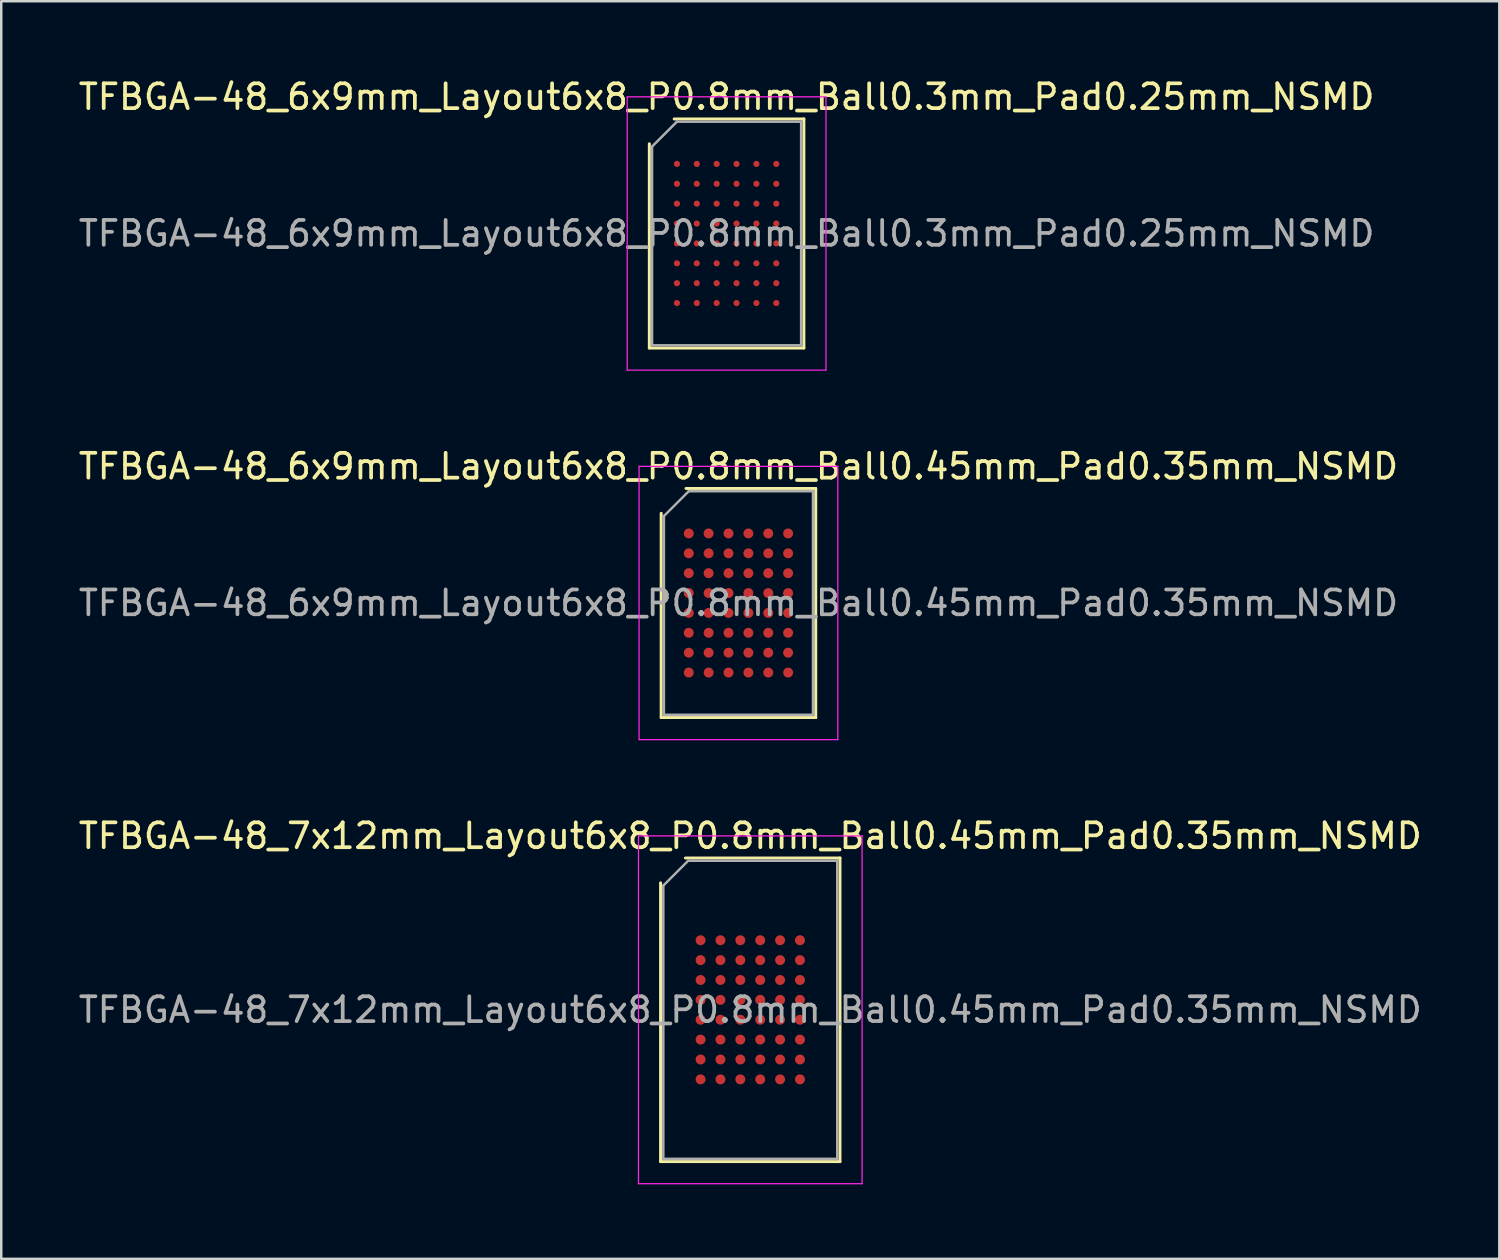
<source format=kicad_pcb>
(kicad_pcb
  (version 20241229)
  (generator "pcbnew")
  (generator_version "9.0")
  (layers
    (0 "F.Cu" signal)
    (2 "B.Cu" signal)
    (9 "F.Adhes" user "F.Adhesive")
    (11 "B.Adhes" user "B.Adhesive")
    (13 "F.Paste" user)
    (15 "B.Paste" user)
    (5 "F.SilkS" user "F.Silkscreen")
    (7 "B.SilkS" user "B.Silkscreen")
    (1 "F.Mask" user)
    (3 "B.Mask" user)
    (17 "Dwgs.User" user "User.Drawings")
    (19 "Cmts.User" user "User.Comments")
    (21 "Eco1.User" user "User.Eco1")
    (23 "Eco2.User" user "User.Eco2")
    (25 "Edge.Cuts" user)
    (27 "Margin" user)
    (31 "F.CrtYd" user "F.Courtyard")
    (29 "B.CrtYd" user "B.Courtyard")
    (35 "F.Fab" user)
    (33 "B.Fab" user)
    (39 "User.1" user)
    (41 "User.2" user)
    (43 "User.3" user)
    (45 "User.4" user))
  (footprint "TFBGA-48_6x9mm_Layout6x8_P0.8mm_Ball0.3mm_Pad0.25mm_NSMD"
    (layer "F.Cu")
    (at 26.196 6.348)
    (property "Reference" "TFBGA-48_6x9mm_Layout6x8_P0.8mm_Ball0.3mm_Pad0.25mm_NSMD" (at 0 -5.5 0) (layer "F.SilkS") (effects (font (size 1 1) (thickness 0.15))))
    (attr smd)
    (fp_line (start -3.11 4.61) (end -3.11 -3.61) (stroke (width 0.12) (type solid)) (layer "F.SilkS"))
    (fp_line (start -2.11 -4.61) (end 3.11 -4.61) (stroke (width 0.12) (type solid)) (layer "F.SilkS"))
    (fp_line (start 3.11 -4.61) (end 3.11 4.61) (stroke (width 0.12) (type solid)) (layer "F.SilkS"))
    (fp_line (start 3.11 4.61) (end -3.11 4.61) (stroke (width 0.12) (type solid)) (layer "F.SilkS"))
    (fp_line (start -4 -5.5) (end -4 5.5) (stroke (width 0.05) (type solid)) (layer "F.CrtYd"))
    (fp_line (start -4 5.5) (end 4 5.5) (stroke (width 0.05) (type solid)) (layer "F.CrtYd"))
    (fp_line (start 4 -5.5) (end -4 -5.5) (stroke (width 0.05) (type solid)) (layer "F.CrtYd"))
    (fp_line (start 4 5.5) (end 4 -5.5) (stroke (width 0.05) (type solid)) (layer "F.CrtYd"))
    (fp_line (start -3 -3.5) (end -2 -4.5) (stroke (width 0.1) (type solid)) (layer "F.Fab"))
    (fp_line (start -3 4.5) (end -3 -3.5) (stroke (width 0.1) (type solid)) (layer "F.Fab"))
    (fp_line (start -2 -4.5) (end 3 -4.5) (stroke (width 0.1) (type solid)) (layer "F.Fab"))
    (fp_line (start 3 -4.5) (end 3 4.5) (stroke (width 0.1) (type solid)) (layer "F.Fab"))
    (fp_line (start 3 4.5) (end -3 4.5) (stroke (width 0.1) (type solid)) (layer "F.Fab"))
    (fp_text user "${REFERENCE}" (at 0 0 0) (layer "F.Fab") (effects (font (size 1 1) (thickness 0.15))))
    (pad "A1" smd circle (at -2 -2.8) (size 0.25 0.25) (layers "F.Cu" "F.Mask" "F.Paste"))
    (pad "A2" smd circle (at -1.2 -2.8) (size 0.25 0.25) (layers "F.Cu" "F.Mask" "F.Paste"))
    (pad "A3" smd circle (at -0.4 -2.8) (size 0.25 0.25) (layers "F.Cu" "F.Mask" "F.Paste"))
    (pad "A4" smd circle (at 0.4 -2.8) (size 0.25 0.25) (layers "F.Cu" "F.Mask" "F.Paste"))
    (pad "A5" smd circle (at 1.2 -2.8) (size 0.25 0.25) (layers "F.Cu" "F.Mask" "F.Paste"))
    (pad "A6" smd circle (at 2 -2.8) (size 0.25 0.25) (layers "F.Cu" "F.Mask" "F.Paste"))
    (pad "B1" smd circle (at -2 -2) (size 0.25 0.25) (layers "F.Cu" "F.Mask" "F.Paste"))
    (pad "B2" smd circle (at -1.2 -2) (size 0.25 0.25) (layers "F.Cu" "F.Mask" "F.Paste"))
    (pad "B3" smd circle (at -0.4 -2) (size 0.25 0.25) (layers "F.Cu" "F.Mask" "F.Paste"))
    (pad "B4" smd circle (at 0.4 -2) (size 0.25 0.25) (layers "F.Cu" "F.Mask" "F.Paste"))
    (pad "B5" smd circle (at 1.2 -2) (size 0.25 0.25) (layers "F.Cu" "F.Mask" "F.Paste"))
    (pad "B6" smd circle (at 2 -2) (size 0.25 0.25) (layers "F.Cu" "F.Mask" "F.Paste"))
    (pad "C1" smd circle (at -2 -1.2) (size 0.25 0.25) (layers "F.Cu" "F.Mask" "F.Paste"))
    (pad "C2" smd circle (at -1.2 -1.2) (size 0.25 0.25) (layers "F.Cu" "F.Mask" "F.Paste"))
    (pad "C3" smd circle (at -0.4 -1.2) (size 0.25 0.25) (layers "F.Cu" "F.Mask" "F.Paste"))
    (pad "C4" smd circle (at 0.4 -1.2) (size 0.25 0.25) (layers "F.Cu" "F.Mask" "F.Paste"))
    (pad "C5" smd circle (at 1.2 -1.2) (size 0.25 0.25) (layers "F.Cu" "F.Mask" "F.Paste"))
    (pad "C6" smd circle (at 2 -1.2) (size 0.25 0.25) (layers "F.Cu" "F.Mask" "F.Paste"))
    (pad "D1" smd circle (at -2 -0.4) (size 0.25 0.25) (layers "F.Cu" "F.Mask" "F.Paste"))
    (pad "D2" smd circle (at -1.2 -0.4) (size 0.25 0.25) (layers "F.Cu" "F.Mask" "F.Paste"))
    (pad "D3" smd circle (at -0.4 -0.4) (size 0.25 0.25) (layers "F.Cu" "F.Mask" "F.Paste"))
    (pad "D4" smd circle (at 0.4 -0.4) (size 0.25 0.25) (layers "F.Cu" "F.Mask" "F.Paste"))
    (pad "D5" smd circle (at 1.2 -0.4) (size 0.25 0.25) (layers "F.Cu" "F.Mask" "F.Paste"))
    (pad "D6" smd circle (at 2 -0.4) (size 0.25 0.25) (layers "F.Cu" "F.Mask" "F.Paste"))
    (pad "E1" smd circle (at -2 0.4) (size 0.25 0.25) (layers "F.Cu" "F.Mask" "F.Paste"))
    (pad "E2" smd circle (at -1.2 0.4) (size 0.25 0.25) (layers "F.Cu" "F.Mask" "F.Paste"))
    (pad "E3" smd circle (at -0.4 0.4) (size 0.25 0.25) (layers "F.Cu" "F.Mask" "F.Paste"))
    (pad "E4" smd circle (at 0.4 0.4) (size 0.25 0.25) (layers "F.Cu" "F.Mask" "F.Paste"))
    (pad "E5" smd circle (at 1.2 0.4) (size 0.25 0.25) (layers "F.Cu" "F.Mask" "F.Paste"))
    (pad "E6" smd circle (at 2 0.4) (size 0.25 0.25) (layers "F.Cu" "F.Mask" "F.Paste"))
    (pad "F1" smd circle (at -2 1.2) (size 0.25 0.25) (layers "F.Cu" "F.Mask" "F.Paste"))
    (pad "F2" smd circle (at -1.2 1.2) (size 0.25 0.25) (layers "F.Cu" "F.Mask" "F.Paste"))
    (pad "F3" smd circle (at -0.4 1.2) (size 0.25 0.25) (layers "F.Cu" "F.Mask" "F.Paste"))
    (pad "F4" smd circle (at 0.4 1.2) (size 0.25 0.25) (layers "F.Cu" "F.Mask" "F.Paste"))
    (pad "F5" smd circle (at 1.2 1.2) (size 0.25 0.25) (layers "F.Cu" "F.Mask" "F.Paste"))
    (pad "F6" smd circle (at 2 1.2) (size 0.25 0.25) (layers "F.Cu" "F.Mask" "F.Paste"))
    (pad "G1" smd circle (at -2 2) (size 0.25 0.25) (layers "F.Cu" "F.Mask" "F.Paste"))
    (pad "G2" smd circle (at -1.2 2) (size 0.25 0.25) (layers "F.Cu" "F.Mask" "F.Paste"))
    (pad "G3" smd circle (at -0.4 2) (size 0.25 0.25) (layers "F.Cu" "F.Mask" "F.Paste"))
    (pad "G4" smd circle (at 0.4 2) (size 0.25 0.25) (layers "F.Cu" "F.Mask" "F.Paste"))
    (pad "G5" smd circle (at 1.2 2) (size 0.25 0.25) (layers "F.Cu" "F.Mask" "F.Paste"))
    (pad "G6" smd circle (at 2 2) (size 0.25 0.25) (layers "F.Cu" "F.Mask" "F.Paste"))
    (pad "H1" smd circle (at -2 2.8) (size 0.25 0.25) (layers "F.Cu" "F.Mask" "F.Paste"))
    (pad "H2" smd circle (at -1.2 2.8) (size 0.25 0.25) (layers "F.Cu" "F.Mask" "F.Paste"))
    (pad "H3" smd circle (at -0.4 2.8) (size 0.25 0.25) (layers "F.Cu" "F.Mask" "F.Paste"))
    (pad "H4" smd circle (at 0.4 2.8) (size 0.25 0.25) (layers "F.Cu" "F.Mask" "F.Paste"))
    (pad "H5" smd circle (at 1.2 2.8) (size 0.25 0.25) (layers "F.Cu" "F.Mask" "F.Paste"))
    (pad "H6" smd circle (at 2 2.8) (size 0.25 0.25) (layers "F.Cu" "F.Mask" "F.Paste")))
  (footprint "TFBGA-48_6x9mm_Layout6x8_P0.8mm_Ball0.45mm_Pad0.35mm_NSMD"
    (layer "F.Cu")
    (at 26.673 21.221)
    (property "Reference" "TFBGA-48_6x9mm_Layout6x8_P0.8mm_Ball0.45mm_Pad0.35mm_NSMD" (at 0 -5.5 0) (layer "F.SilkS") (effects (font (size 1 1) (thickness 0.15))))
    (attr smd)
    (fp_line (start -3.11 4.61) (end -3.11 -3.61) (stroke (width 0.12) (type solid)) (layer "F.SilkS"))
    (fp_line (start -2.11 -4.61) (end 3.11 -4.61) (stroke (width 0.12) (type solid)) (layer "F.SilkS"))
    (fp_line (start 3.11 -4.61) (end 3.11 4.61) (stroke (width 0.12) (type solid)) (layer "F.SilkS"))
    (fp_line (start 3.11 4.61) (end -3.11 4.61) (stroke (width 0.12) (type solid)) (layer "F.SilkS"))
    (fp_line (start -4 -5.5) (end -4 5.5) (stroke (width 0.05) (type solid)) (layer "F.CrtYd"))
    (fp_line (start -4 5.5) (end 4 5.5) (stroke (width 0.05) (type solid)) (layer "F.CrtYd"))
    (fp_line (start 4 -5.5) (end -4 -5.5) (stroke (width 0.05) (type solid)) (layer "F.CrtYd"))
    (fp_line (start 4 5.5) (end 4 -5.5) (stroke (width 0.05) (type solid)) (layer "F.CrtYd"))
    (fp_line (start -3 -3.5) (end -2 -4.5) (stroke (width 0.1) (type solid)) (layer "F.Fab"))
    (fp_line (start -3 4.5) (end -3 -3.5) (stroke (width 0.1) (type solid)) (layer "F.Fab"))
    (fp_line (start -2 -4.5) (end 3 -4.5) (stroke (width 0.1) (type solid)) (layer "F.Fab"))
    (fp_line (start 3 -4.5) (end 3 4.5) (stroke (width 0.1) (type solid)) (layer "F.Fab"))
    (fp_line (start 3 4.5) (end -3 4.5) (stroke (width 0.1) (type solid)) (layer "F.Fab"))
    (fp_text user "${REFERENCE}" (at 0 0 0) (layer "F.Fab") (effects (font (size 1 1) (thickness 0.15))))
    (pad "A1" smd circle (at -2 -2.8) (size 0.4 0.4) (layers "F.Cu" "F.Mask" "F.Paste"))
    (pad "A2" smd circle (at -1.2 -2.8) (size 0.4 0.4) (layers "F.Cu" "F.Mask" "F.Paste"))
    (pad "A3" smd circle (at -0.4 -2.8) (size 0.4 0.4) (layers "F.Cu" "F.Mask" "F.Paste"))
    (pad "A4" smd circle (at 0.4 -2.8) (size 0.4 0.4) (layers "F.Cu" "F.Mask" "F.Paste"))
    (pad "A5" smd circle (at 1.2 -2.8) (size 0.4 0.4) (layers "F.Cu" "F.Mask" "F.Paste"))
    (pad "A6" smd circle (at 2 -2.8) (size 0.4 0.4) (layers "F.Cu" "F.Mask" "F.Paste"))
    (pad "B1" smd circle (at -2 -2) (size 0.4 0.4) (layers "F.Cu" "F.Mask" "F.Paste"))
    (pad "B2" smd circle (at -1.2 -2) (size 0.4 0.4) (layers "F.Cu" "F.Mask" "F.Paste"))
    (pad "B3" smd circle (at -0.4 -2) (size 0.4 0.4) (layers "F.Cu" "F.Mask" "F.Paste"))
    (pad "B4" smd circle (at 0.4 -2) (size 0.4 0.4) (layers "F.Cu" "F.Mask" "F.Paste"))
    (pad "B5" smd circle (at 1.2 -2) (size 0.4 0.4) (layers "F.Cu" "F.Mask" "F.Paste"))
    (pad "B6" smd circle (at 2 -2) (size 0.4 0.4) (layers "F.Cu" "F.Mask" "F.Paste"))
    (pad "C1" smd circle (at -2 -1.2) (size 0.4 0.4) (layers "F.Cu" "F.Mask" "F.Paste"))
    (pad "C2" smd circle (at -1.2 -1.2) (size 0.4 0.4) (layers "F.Cu" "F.Mask" "F.Paste"))
    (pad "C3" smd circle (at -0.4 -1.2) (size 0.4 0.4) (layers "F.Cu" "F.Mask" "F.Paste"))
    (pad "C4" smd circle (at 0.4 -1.2) (size 0.4 0.4) (layers "F.Cu" "F.Mask" "F.Paste"))
    (pad "C5" smd circle (at 1.2 -1.2) (size 0.4 0.4) (layers "F.Cu" "F.Mask" "F.Paste"))
    (pad "C6" smd circle (at 2 -1.2) (size 0.4 0.4) (layers "F.Cu" "F.Mask" "F.Paste"))
    (pad "D1" smd circle (at -2 -0.4) (size 0.4 0.4) (layers "F.Cu" "F.Mask" "F.Paste"))
    (pad "D2" smd circle (at -1.2 -0.4) (size 0.4 0.4) (layers "F.Cu" "F.Mask" "F.Paste"))
    (pad "D3" smd circle (at -0.4 -0.4) (size 0.4 0.4) (layers "F.Cu" "F.Mask" "F.Paste"))
    (pad "D4" smd circle (at 0.4 -0.4) (size 0.4 0.4) (layers "F.Cu" "F.Mask" "F.Paste"))
    (pad "D5" smd circle (at 1.2 -0.4) (size 0.4 0.4) (layers "F.Cu" "F.Mask" "F.Paste"))
    (pad "D6" smd circle (at 2 -0.4) (size 0.4 0.4) (layers "F.Cu" "F.Mask" "F.Paste"))
    (pad "E1" smd circle (at -2 0.4) (size 0.4 0.4) (layers "F.Cu" "F.Mask" "F.Paste"))
    (pad "E2" smd circle (at -1.2 0.4) (size 0.4 0.4) (layers "F.Cu" "F.Mask" "F.Paste"))
    (pad "E3" smd circle (at -0.4 0.4) (size 0.4 0.4) (layers "F.Cu" "F.Mask" "F.Paste"))
    (pad "E4" smd circle (at 0.4 0.4) (size 0.4 0.4) (layers "F.Cu" "F.Mask" "F.Paste"))
    (pad "E5" smd circle (at 1.2 0.4) (size 0.4 0.4) (layers "F.Cu" "F.Mask" "F.Paste"))
    (pad "E6" smd circle (at 2 0.4) (size 0.4 0.4) (layers "F.Cu" "F.Mask" "F.Paste"))
    (pad "F1" smd circle (at -2 1.2) (size 0.4 0.4) (layers "F.Cu" "F.Mask" "F.Paste"))
    (pad "F2" smd circle (at -1.2 1.2) (size 0.4 0.4) (layers "F.Cu" "F.Mask" "F.Paste"))
    (pad "F3" smd circle (at -0.4 1.2) (size 0.4 0.4) (layers "F.Cu" "F.Mask" "F.Paste"))
    (pad "F4" smd circle (at 0.4 1.2) (size 0.4 0.4) (layers "F.Cu" "F.Mask" "F.Paste"))
    (pad "F5" smd circle (at 1.2 1.2) (size 0.4 0.4) (layers "F.Cu" "F.Mask" "F.Paste"))
    (pad "F6" smd circle (at 2 1.2) (size 0.4 0.4) (layers "F.Cu" "F.Mask" "F.Paste"))
    (pad "G1" smd circle (at -2 2) (size 0.4 0.4) (layers "F.Cu" "F.Mask" "F.Paste"))
    (pad "G2" smd circle (at -1.2 2) (size 0.4 0.4) (layers "F.Cu" "F.Mask" "F.Paste"))
    (pad "G3" smd circle (at -0.4 2) (size 0.4 0.4) (layers "F.Cu" "F.Mask" "F.Paste"))
    (pad "G4" smd circle (at 0.4 2) (size 0.4 0.4) (layers "F.Cu" "F.Mask" "F.Paste"))
    (pad "G5" smd circle (at 1.2 2) (size 0.4 0.4) (layers "F.Cu" "F.Mask" "F.Paste"))
    (pad "G6" smd circle (at 2 2) (size 0.4 0.4) (layers "F.Cu" "F.Mask" "F.Paste"))
    (pad "H1" smd circle (at -2 2.8) (size 0.4 0.4) (layers "F.Cu" "F.Mask" "F.Paste"))
    (pad "H2" smd circle (at -1.2 2.8) (size 0.4 0.4) (layers "F.Cu" "F.Mask" "F.Paste"))
    (pad "H3" smd circle (at -0.4 2.8) (size 0.4 0.4) (layers "F.Cu" "F.Mask" "F.Paste"))
    (pad "H4" smd circle (at 0.4 2.8) (size 0.4 0.4) (layers "F.Cu" "F.Mask" "F.Paste"))
    (pad "H5" smd circle (at 1.2 2.8) (size 0.4 0.4) (layers "F.Cu" "F.Mask" "F.Paste"))
    (pad "H6" smd circle (at 2 2.8) (size 0.4 0.4) (layers "F.Cu" "F.Mask" "F.Paste")))
  (footprint "TFBGA-48_7x12mm_Layout6x8_P0.8mm_Ball0.45mm_Pad0.35mm_NSMD"
    (layer "F.Cu")
    (at 27.149 37.595)
    (property "Reference" "TFBGA-48_7x12mm_Layout6x8_P0.8mm_Ball0.45mm_Pad0.35mm_NSMD" (at 0 -7 0) (layer "F.SilkS") (effects (font (size 1 1) (thickness 0.15))))
    (attr smd)
    (fp_line (start -3.61 6.11) (end -3.61 -5.11) (stroke (width 0.12) (type solid)) (layer "F.SilkS"))
    (fp_line (start -2.61 -6.11) (end 3.61 -6.11) (stroke (width 0.12) (type solid)) (layer "F.SilkS"))
    (fp_line (start 3.61 -6.11) (end 3.61 6.11) (stroke (width 0.12) (type solid)) (layer "F.SilkS"))
    (fp_line (start 3.61 6.11) (end -3.61 6.11) (stroke (width 0.12) (type solid)) (layer "F.SilkS"))
    (fp_line (start -4.5 -7) (end -4.5 7) (stroke (width 0.05) (type solid)) (layer "F.CrtYd"))
    (fp_line (start -4.5 7) (end 4.5 7) (stroke (width 0.05) (type solid)) (layer "F.CrtYd"))
    (fp_line (start 4.5 -7) (end -4.5 -7) (stroke (width 0.05) (type solid)) (layer "F.CrtYd"))
    (fp_line (start 4.5 7) (end 4.5 -7) (stroke (width 0.05) (type solid)) (layer "F.CrtYd"))
    (fp_line (start -3.5 -5) (end -2.5 -6) (stroke (width 0.1) (type solid)) (layer "F.Fab"))
    (fp_line (start -3.5 6) (end -3.5 -5) (stroke (width 0.1) (type solid)) (layer "F.Fab"))
    (fp_line (start -2.5 -6) (end 3.5 -6) (stroke (width 0.1) (type solid)) (layer "F.Fab"))
    (fp_line (start 3.5 -6) (end 3.5 6) (stroke (width 0.1) (type solid)) (layer "F.Fab"))
    (fp_line (start 3.5 6) (end -3.5 6) (stroke (width 0.1) (type solid)) (layer "F.Fab"))
    (fp_text user "${REFERENCE}" (at 0 0 0) (layer "F.Fab") (effects (font (size 1 1) (thickness 0.15))))
    (pad "A1" smd circle (at -2 -2.8) (size 0.4 0.4) (layers "F.Cu" "F.Mask" "F.Paste"))
    (pad "A2" smd circle (at -1.2 -2.8) (size 0.4 0.4) (layers "F.Cu" "F.Mask" "F.Paste"))
    (pad "A3" smd circle (at -0.4 -2.8) (size 0.4 0.4) (layers "F.Cu" "F.Mask" "F.Paste"))
    (pad "A4" smd circle (at 0.4 -2.8) (size 0.4 0.4) (layers "F.Cu" "F.Mask" "F.Paste"))
    (pad "A5" smd circle (at 1.2 -2.8) (size 0.4 0.4) (layers "F.Cu" "F.Mask" "F.Paste"))
    (pad "A6" smd circle (at 2 -2.8) (size 0.4 0.4) (layers "F.Cu" "F.Mask" "F.Paste"))
    (pad "B1" smd circle (at -2 -2) (size 0.4 0.4) (layers "F.Cu" "F.Mask" "F.Paste"))
    (pad "B2" smd circle (at -1.2 -2) (size 0.4 0.4) (layers "F.Cu" "F.Mask" "F.Paste"))
    (pad "B3" smd circle (at -0.4 -2) (size 0.4 0.4) (layers "F.Cu" "F.Mask" "F.Paste"))
    (pad "B4" smd circle (at 0.4 -2) (size 0.4 0.4) (layers "F.Cu" "F.Mask" "F.Paste"))
    (pad "B5" smd circle (at 1.2 -2) (size 0.4 0.4) (layers "F.Cu" "F.Mask" "F.Paste"))
    (pad "B6" smd circle (at 2 -2) (size 0.4 0.4) (layers "F.Cu" "F.Mask" "F.Paste"))
    (pad "C1" smd circle (at -2 -1.2) (size 0.4 0.4) (layers "F.Cu" "F.Mask" "F.Paste"))
    (pad "C2" smd circle (at -1.2 -1.2) (size 0.4 0.4) (layers "F.Cu" "F.Mask" "F.Paste"))
    (pad "C3" smd circle (at -0.4 -1.2) (size 0.4 0.4) (layers "F.Cu" "F.Mask" "F.Paste"))
    (pad "C4" smd circle (at 0.4 -1.2) (size 0.4 0.4) (layers "F.Cu" "F.Mask" "F.Paste"))
    (pad "C5" smd circle (at 1.2 -1.2) (size 0.4 0.4) (layers "F.Cu" "F.Mask" "F.Paste"))
    (pad "C6" smd circle (at 2 -1.2) (size 0.4 0.4) (layers "F.Cu" "F.Mask" "F.Paste"))
    (pad "D1" smd circle (at -2 -0.4) (size 0.4 0.4) (layers "F.Cu" "F.Mask" "F.Paste"))
    (pad "D2" smd circle (at -1.2 -0.4) (size 0.4 0.4) (layers "F.Cu" "F.Mask" "F.Paste"))
    (pad "D3" smd circle (at -0.4 -0.4) (size 0.4 0.4) (layers "F.Cu" "F.Mask" "F.Paste"))
    (pad "D4" smd circle (at 0.4 -0.4) (size 0.4 0.4) (layers "F.Cu" "F.Mask" "F.Paste"))
    (pad "D5" smd circle (at 1.2 -0.4) (size 0.4 0.4) (layers "F.Cu" "F.Mask" "F.Paste"))
    (pad "D6" smd circle (at 2 -0.4) (size 0.4 0.4) (layers "F.Cu" "F.Mask" "F.Paste"))
    (pad "E1" smd circle (at -2 0.4) (size 0.4 0.4) (layers "F.Cu" "F.Mask" "F.Paste"))
    (pad "E2" smd circle (at -1.2 0.4) (size 0.4 0.4) (layers "F.Cu" "F.Mask" "F.Paste"))
    (pad "E3" smd circle (at -0.4 0.4) (size 0.4 0.4) (layers "F.Cu" "F.Mask" "F.Paste"))
    (pad "E4" smd circle (at 0.4 0.4) (size 0.4 0.4) (layers "F.Cu" "F.Mask" "F.Paste"))
    (pad "E5" smd circle (at 1.2 0.4) (size 0.4 0.4) (layers "F.Cu" "F.Mask" "F.Paste"))
    (pad "E6" smd circle (at 2 0.4) (size 0.4 0.4) (layers "F.Cu" "F.Mask" "F.Paste"))
    (pad "F1" smd circle (at -2 1.2) (size 0.4 0.4) (layers "F.Cu" "F.Mask" "F.Paste"))
    (pad "F2" smd circle (at -1.2 1.2) (size 0.4 0.4) (layers "F.Cu" "F.Mask" "F.Paste"))
    (pad "F3" smd circle (at -0.4 1.2) (size 0.4 0.4) (layers "F.Cu" "F.Mask" "F.Paste"))
    (pad "F4" smd circle (at 0.4 1.2) (size 0.4 0.4) (layers "F.Cu" "F.Mask" "F.Paste"))
    (pad "F5" smd circle (at 1.2 1.2) (size 0.4 0.4) (layers "F.Cu" "F.Mask" "F.Paste"))
    (pad "F6" smd circle (at 2 1.2) (size 0.4 0.4) (layers "F.Cu" "F.Mask" "F.Paste"))
    (pad "G1" smd circle (at -2 2) (size 0.4 0.4) (layers "F.Cu" "F.Mask" "F.Paste"))
    (pad "G2" smd circle (at -1.2 2) (size 0.4 0.4) (layers "F.Cu" "F.Mask" "F.Paste"))
    (pad "G3" smd circle (at -0.4 2) (size 0.4 0.4) (layers "F.Cu" "F.Mask" "F.Paste"))
    (pad "G4" smd circle (at 0.4 2) (size 0.4 0.4) (layers "F.Cu" "F.Mask" "F.Paste"))
    (pad "G5" smd circle (at 1.2 2) (size 0.4 0.4) (layers "F.Cu" "F.Mask" "F.Paste"))
    (pad "G6" smd circle (at 2 2) (size 0.4 0.4) (layers "F.Cu" "F.Mask" "F.Paste"))
    (pad "H1" smd circle (at -2 2.8) (size 0.4 0.4) (layers "F.Cu" "F.Mask" "F.Paste"))
    (pad "H2" smd circle (at -1.2 2.8) (size 0.4 0.4) (layers "F.Cu" "F.Mask" "F.Paste"))
    (pad "H3" smd circle (at -0.4 2.8) (size 0.4 0.4) (layers "F.Cu" "F.Mask" "F.Paste"))
    (pad "H4" smd circle (at 0.4 2.8) (size 0.4 0.4) (layers "F.Cu" "F.Mask" "F.Paste"))
    (pad "H5" smd circle (at 1.2 2.8) (size 0.4 0.4) (layers "F.Cu" "F.Mask" "F.Paste"))
    (pad "H6" smd circle (at 2 2.8) (size 0.4 0.4) (layers "F.Cu" "F.Mask" "F.Paste")))
  (gr_rect
    (start -3 -3)
    (end 57.298 47.62)
    (stroke (width 0.1) (type default))
    (fill no)
    (layer "Edge.Cuts")))
</source>
